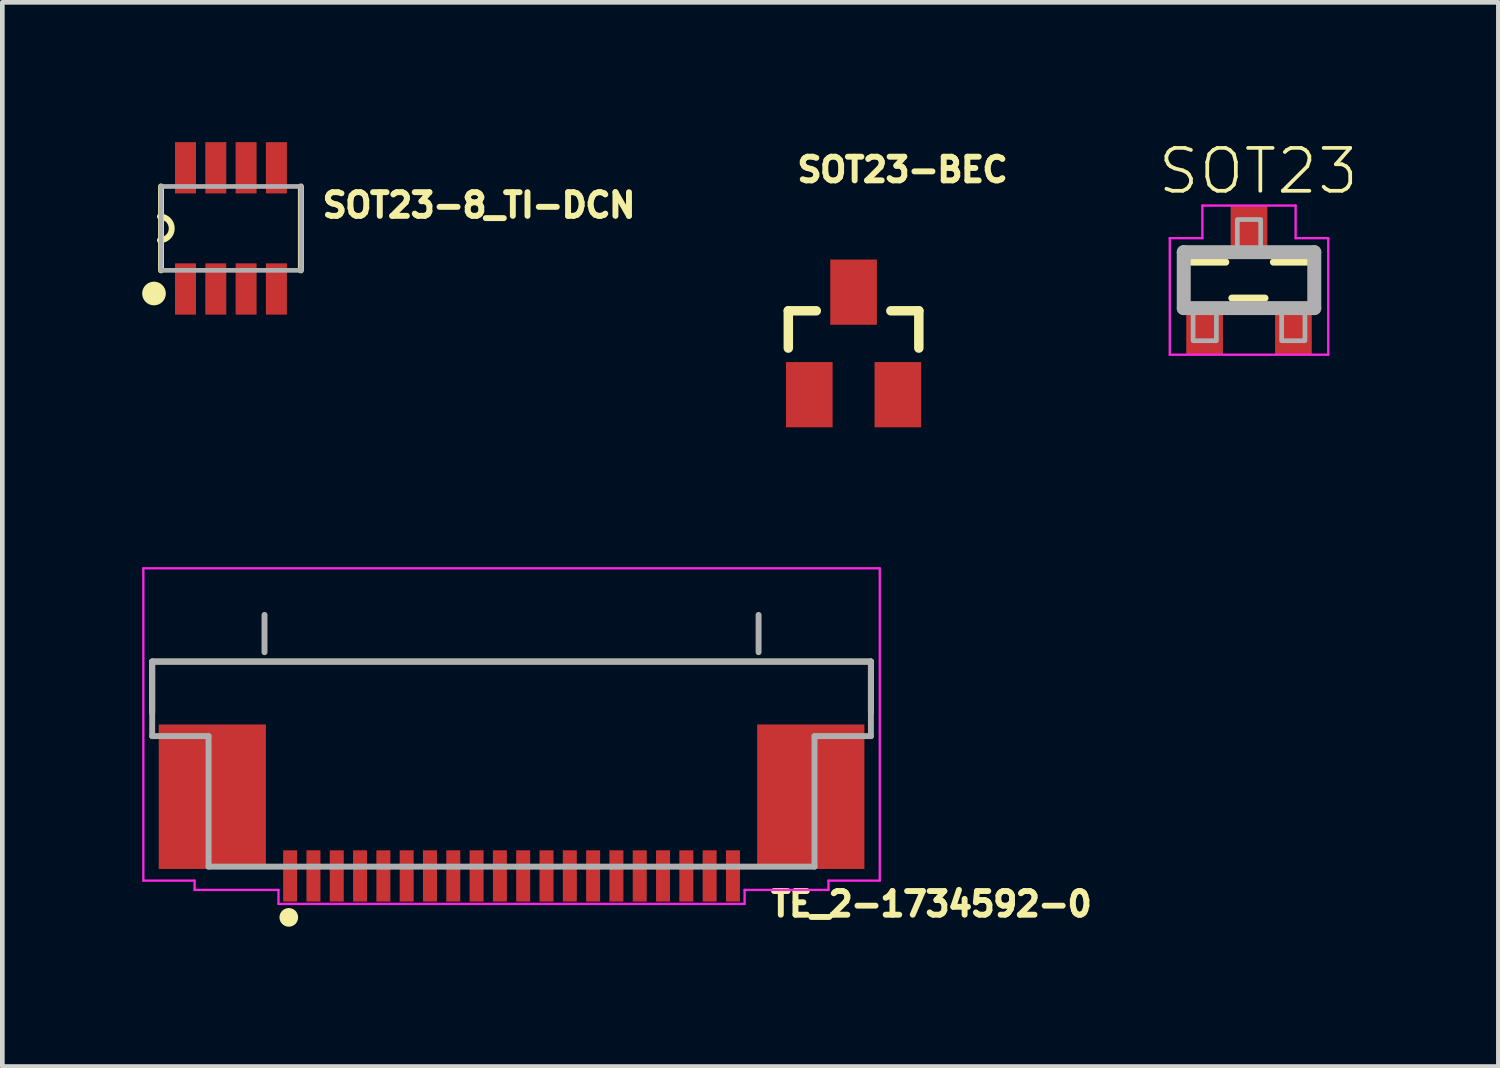
<source format=kicad_pcb>
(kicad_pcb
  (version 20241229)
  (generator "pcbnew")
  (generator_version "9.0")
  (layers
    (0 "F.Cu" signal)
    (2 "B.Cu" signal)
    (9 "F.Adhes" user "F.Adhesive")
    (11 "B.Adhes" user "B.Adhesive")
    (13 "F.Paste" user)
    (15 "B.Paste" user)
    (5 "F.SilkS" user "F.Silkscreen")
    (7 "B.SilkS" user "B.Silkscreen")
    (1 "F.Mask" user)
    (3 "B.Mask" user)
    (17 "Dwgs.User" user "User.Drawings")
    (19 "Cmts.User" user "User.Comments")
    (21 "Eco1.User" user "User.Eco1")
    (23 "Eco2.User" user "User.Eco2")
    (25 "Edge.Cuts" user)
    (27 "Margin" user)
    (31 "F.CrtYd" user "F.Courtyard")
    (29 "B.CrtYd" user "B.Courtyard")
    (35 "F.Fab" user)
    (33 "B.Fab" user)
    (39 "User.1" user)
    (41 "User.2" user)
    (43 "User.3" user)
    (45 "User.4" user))
  (footprint "TE_2-1734592-0"
    (layer "F.Cu")
    (at 7.925 14.043)
    (property "Reference" "TE_2-1734592-0" (at 5.5 2.6 0) (unlocked yes) (layer "F.SilkS") (effects (font (size 0.508 0.508) (thickness 0.127)) (justify left bottom)))
    (fp_line (start -7.71 -2.9) (end -7.71 -1.8) (stroke (width 0.127) (type solid)) (layer "F.SilkS"))
    (fp_line (start 7.71 -2.9) (end -7.71 -2.9) (stroke (width 0.127) (type solid)) (layer "F.SilkS"))
    (fp_line (start 7.71 -1.8) (end 7.71 -2.9) (stroke (width 0.127) (type solid)) (layer "F.SilkS"))
    (fp_circle (center -4.779 2.589) (end -4.679 2.589) (stroke (width 0.2) (type solid)) (fill no) (layer "F.SilkS"))
    (fp_poly (pts (xy -7.2 1.1) (xy -5.6 1.1) (xy -5.6 -1.1) (xy -7.2 -1.1)) (stroke (width 0) (type default)) (fill yes) (layer "F.Paste"))
    (fp_poly (pts (xy 5.7 1.1) (xy 7.3 1.1) (xy 7.3 -1.1) (xy 5.7 -1.1)) (stroke (width 0) (type default)) (fill yes) (layer "F.Paste"))
    (fp_line (start -7.9 -4.9) (end -7.9 1.8) (stroke (width 0.05) (type solid)) (layer "F.CrtYd"))
    (fp_line (start -6.8 1.8) (end -7.9 1.8) (stroke (width 0.05) (type solid)) (layer "F.CrtYd"))
    (fp_line (start -6.8 2) (end -6.8 1.8) (stroke (width 0.05) (type solid)) (layer "F.CrtYd"))
    (fp_line (start -5 2) (end -6.8 2) (stroke (width 0.05) (type solid)) (layer "F.CrtYd"))
    (fp_line (start -5 2.3) (end -5 2) (stroke (width 0.05) (type solid)) (layer "F.CrtYd"))
    (fp_line (start -5 2.3) (end 5 2.3) (stroke (width 0.05) (type solid)) (layer "F.CrtYd"))
    (fp_line (start 5 2) (end 5 2.3) (stroke (width 0.05) (type solid)) (layer "F.CrtYd"))
    (fp_line (start 6.8 1.8) (end 6.8 2) (stroke (width 0.05) (type solid)) (layer "F.CrtYd"))
    (fp_line (start 6.8 2) (end 5 2) (stroke (width 0.05) (type solid)) (layer "F.CrtYd"))
    (fp_line (start 7.9 -4.9) (end -7.9 -4.9) (stroke (width 0.05) (type solid)) (layer "F.CrtYd"))
    (fp_line (start 7.9 1.8) (end 6.8 1.8) (stroke (width 0.05) (type solid)) (layer "F.CrtYd"))
    (fp_line (start 7.9 1.8) (end 7.9 -4.9) (stroke (width 0.05) (type solid)) (layer "F.CrtYd"))
    (fp_line (start -7.71 -1.3) (end -7.71 -2.9) (stroke (width 0.127) (type solid)) (layer "F.Fab"))
    (fp_line (start -6.5 -1.3) (end -7.71 -1.3) (stroke (width 0.127) (type solid)) (layer "F.Fab"))
    (fp_line (start -6.5 1.5) (end -6.5 -1.3) (stroke (width 0.127) (type solid)) (layer "F.Fab"))
    (fp_line (start -5.3 -3.1) (end -5.3 -3.9) (stroke (width 0.127) (type solid)) (layer "F.Fab"))
    (fp_line (start 5.3 -3.1) (end 5.3 -3.9) (stroke (width 0.127) (type solid)) (layer "F.Fab"))
    (fp_line (start 6.5 -1.3) (end 7.71 -1.3) (stroke (width 0.127) (type solid)) (layer "F.Fab"))
    (fp_line (start 6.5 1.5) (end -6.5 1.5) (stroke (width 0.127) (type solid)) (layer "F.Fab"))
    (fp_line (start 6.5 1.5) (end 6.5 -1.3) (stroke (width 0.127) (type solid)) (layer "F.Fab"))
    (fp_line (start 7.71 -2.9) (end -7.71 -2.9) (stroke (width 0.127) (type solid)) (layer "F.Fab"))
    (fp_line (start 7.71 -1.3) (end 7.71 -2.9) (stroke (width 0.127) (type solid)) (layer "F.Fab"))
    (pad "1" smd rect (at -4.75 1.7 90) (size 1.1 0.3) (layers "F.Cu" "F.Mask" "F.Paste"))
    (pad "2" smd rect (at -4.25 1.7 90) (size 1.1 0.3) (layers "F.Cu" "F.Mask" "F.Paste"))
    (pad "3" smd rect (at -3.75 1.7 90) (size 1.1 0.3) (layers "F.Cu" "F.Mask" "F.Paste"))
    (pad "4" smd rect (at -3.25 1.7 90) (size 1.1 0.3) (layers "F.Cu" "F.Mask" "F.Paste"))
    (pad "5" smd rect (at -2.75 1.7 90) (size 1.1 0.3) (layers "F.Cu" "F.Mask" "F.Paste"))
    (pad "6" smd rect (at -2.25 1.7 90) (size 1.1 0.3) (layers "F.Cu" "F.Mask" "F.Paste"))
    (pad "7" smd rect (at -1.75 1.7 90) (size 1.1 0.3) (layers "F.Cu" "F.Mask" "F.Paste"))
    (pad "8" smd rect (at -1.25 1.7 90) (size 1.1 0.3) (layers "F.Cu" "F.Mask" "F.Paste"))
    (pad "9" smd rect (at -0.75 1.7 90) (size 1.1 0.3) (layers "F.Cu" "F.Mask" "F.Paste"))
    (pad "10" smd rect (at -0.25 1.7 90) (size 1.1 0.3) (layers "F.Cu" "F.Mask" "F.Paste"))
    (pad "11" smd rect (at 0.25 1.7 90) (size 1.1 0.3) (layers "F.Cu" "F.Mask" "F.Paste"))
    (pad "12" smd rect (at 0.75 1.7 90) (size 1.1 0.3) (layers "F.Cu" "F.Mask" "F.Paste"))
    (pad "13" smd rect (at 1.25 1.7 90) (size 1.1 0.3) (layers "F.Cu" "F.Mask" "F.Paste"))
    (pad "14" smd rect (at 1.75 1.7 90) (size 1.1 0.3) (layers "F.Cu" "F.Mask" "F.Paste"))
    (pad "15" smd rect (at 2.25 1.7 90) (size 1.1 0.3) (layers "F.Cu" "F.Mask" "F.Paste"))
    (pad "16" smd rect (at 2.75 1.7 90) (size 1.1 0.3) (layers "F.Cu" "F.Mask" "F.Paste"))
    (pad "17" smd rect (at 3.25 1.7 90) (size 1.1 0.3) (layers "F.Cu" "F.Mask" "F.Paste"))
    (pad "18" smd rect (at 3.75 1.7 90) (size 1.1 0.3) (layers "F.Cu" "F.Mask" "F.Paste"))
    (pad "19" smd rect (at 4.25 1.7 90) (size 1.1 0.3) (layers "F.Cu" "F.Mask" "F.Paste"))
    (pad "20" smd rect (at 4.75 1.7 90) (size 1.1 0.3) (layers "F.Cu" "F.Mask" "F.Paste"))
    (pad "PAD1" smd rect (at 6.42 0 180) (size 2.3 3.1) (layers "F.Cu" "F.Mask"))
    (pad "PAD2" smd rect (at -6.42 0 180) (size 2.3 3.1) (layers "F.Cu" "F.Mask")))
  (footprint "SOT23-BEC"
    (layer "F.Cu")
    (at 15.263 4.318)
    (property "Reference" "SOT23-BEC" (at -1.27 -3.429 0) (unlocked yes) (layer "F.SilkS") (effects (font (size 0.508 0.508) (thickness 0.127)) (justify left bottom)))
    (fp_line (start -1.4 -0.7) (end -1.4 0.1) (stroke (width 0.203) (type solid)) (layer "F.SilkS"))
    (fp_line (start -0.8 -0.7) (end -1.4 -0.7) (stroke (width 0.203) (type solid)) (layer "F.SilkS"))
    (fp_line (start 0.8 -0.7) (end 1.4 -0.7) (stroke (width 0.203) (type solid)) (layer "F.SilkS"))
    (fp_line (start 1.4 -0.7) (end 1.4 0.1) (stroke (width 0.203) (type solid)) (layer "F.SilkS"))
    (pad "B" smd rect (at -0.95 1.1) (size 1 1.4) (layers "F.Cu" "F.Mask" "F.Paste"))
    (pad "C" smd rect (at 0 -1.1) (size 1 1.4) (layers "F.Cu" "F.Mask" "F.Paste"))
    (pad "E" smd rect (at 0.95 1.1) (size 1 1.4) (layers "F.Cu" "F.Mask" "F.Paste")))
  (footprint "SOT23-8_TI-DCN"
    (layer "F.Cu")
    (at 1.905 1.85)
    (property "Reference" "SOT23-8_TI-DCN" (at 1.9 -0.2 0) (unlocked yes) (layer "F.SilkS") (effects (font (size 0.508 0.508) (thickness 0.127)) (justify left bottom)))
    (fp_line (start -1.5 -0.9) (end -1.5 0.9) (stroke (width 0.127) (type solid)) (layer "F.SilkS"))
    (fp_line (start 1.5 -0.9) (end 1.5 0.9) (stroke (width 0.127) (type solid)) (layer "F.SilkS"))
    (fp_arc (start -1.524 -0.254) (mid -1.27 0) (end -1.524 0.254) (stroke (width 0.127) (type solid)) (layer "F.SilkS"))
    (fp_circle (center -1.651 1.397) (end -1.524 1.397) (stroke (width 0.254) (type solid)) (fill no) (layer "F.SilkS"))
    (fp_line (start -1.5 -0.9) (end -1.5 0.9) (stroke (width 0.1) (type solid)) (layer "F.Fab"))
    (fp_line (start -1.5 0.9) (end 1.5 0.9) (stroke (width 0.1) (type solid)) (layer "F.Fab"))
    (fp_line (start 1.5 -0.9) (end -1.5 -0.9) (stroke (width 0.1) (type solid)) (layer "F.Fab"))
    (fp_line (start 1.5 0.9) (end 1.5 -0.9) (stroke (width 0.1) (type solid)) (layer "F.Fab"))
    (pad "1" smd rect (at -0.975 1.3 90) (size 1.1 0.45) (layers "F.Cu" "F.Mask" "F.Paste"))
    (pad "2" smd rect (at -0.325 1.3 90) (size 1.1 0.45) (layers "F.Cu" "F.Mask" "F.Paste"))
    (pad "3" smd rect (at 0.325 1.3 90) (size 1.1 0.45) (layers "F.Cu" "F.Mask" "F.Paste"))
    (pad "4" smd rect (at 0.975 1.3 90) (size 1.1 0.45) (layers "F.Cu" "F.Mask" "F.Paste"))
    (pad "5" smd rect (at 0.975 -1.3 90) (size 1.1 0.45) (layers "F.Cu" "F.Mask" "F.Paste"))
    (pad "6" smd rect (at 0.325 -1.3 90) (size 1.1 0.45) (layers "F.Cu" "F.Mask" "F.Paste"))
    (pad "7" smd rect (at -0.325 -1.3 90) (size 1.1 0.45) (layers "F.Cu" "F.Mask" "F.Paste"))
    (pad "8" smd rect (at -0.975 -1.3 90) (size 1.1 0.45) (layers "F.Cu" "F.Mask" "F.Paste")))
  (footprint "SOT23"
    (layer "F.Cu")
    (at 23.747 2.96)
    (property "Reference" "SOT23" (at -2 -1.8 0) (unlocked yes) (layer "F.SilkS") (effects (font (size 0.92 0.92) (thickness 0.08)) (justify left bottom)))
    (fp_line (start -1.387 -0.386) (end -0.498 -0.386) (stroke (width 0.15) (type solid)) (layer "F.SilkS"))
    (fp_line (start -1.387 0.368) (end -1.387 -0.386) (stroke (width 0.15) (type solid)) (layer "F.SilkS"))
    (fp_line (start -0.368 0.386) (end 0.343 0.386) (stroke (width 0.15) (type solid)) (layer "F.SilkS"))
    (fp_line (start 1.387 -0.386) (end 0.523 -0.386) (stroke (width 0.15) (type solid)) (layer "F.SilkS"))
    (fp_line (start 1.387 0.368) (end 1.387 -0.386) (stroke (width 0.15) (type solid)) (layer "F.SilkS"))
    (fp_line (start -1.7 -0.9) (end -1.7 1.6) (stroke (width 0.05) (type solid)) (layer "F.CrtYd"))
    (fp_line (start -1.7 1.6) (end 1.7 1.6) (stroke (width 0.05) (type solid)) (layer "F.CrtYd"))
    (fp_line (start -1 -1.6) (end -1 -0.9) (stroke (width 0.05) (type solid)) (layer "F.CrtYd"))
    (fp_line (start -1 -0.9) (end -1.7 -0.9) (stroke (width 0.05) (type solid)) (layer "F.CrtYd"))
    (fp_line (start 1 -1.6) (end -1 -1.6) (stroke (width 0.05) (type solid)) (layer "F.CrtYd"))
    (fp_line (start 1 -0.9) (end 1 -1.6) (stroke (width 0.05) (type solid)) (layer "F.CrtYd"))
    (fp_line (start 1.7 -0.9) (end 1 -0.9) (stroke (width 0.05) (type solid)) (layer "F.CrtYd"))
    (fp_line (start 1.7 1.6) (end 1.7 -0.9) (stroke (width 0.05) (type solid)) (layer "F.CrtYd"))
    (fp_line (start -1.4 -0.6) (end -1.4 0.6) (stroke (width 0.3) (type solid)) (layer "F.Fab"))
    (fp_line (start -1.4 0.6) (end 1.4 0.6) (stroke (width 0.3) (type solid)) (layer "F.Fab"))
    (fp_line (start 1.4 -0.6) (end -1.4 -0.6) (stroke (width 0.3) (type solid)) (layer "F.Fab"))
    (fp_line (start 1.4 0.6) (end 1.4 -0.6) (stroke (width 0.3) (type solid)) (layer "F.Fab"))
    (fp_poly (pts (xy -1.2 1.3) (xy -0.7 1.3) (xy -0.7 0.65) (xy -1.2 0.65)) (stroke (width 0.1) (type default)) (fill no) (layer "F.Fab"))
    (fp_poly (pts (xy -0.25 -0.65) (xy 0.25 -0.65) (xy 0.25 -1.3) (xy -0.25 -1.3)) (stroke (width 0.1) (type default)) (fill no) (layer "F.Fab"))
    (fp_poly (pts (xy 0.7 1.3) (xy 1.2 1.3) (xy 1.2 0.65) (xy 0.7 0.65)) (stroke (width 0.1) (type default)) (fill no) (layer "F.Fab"))
    (pad "1" smd rect (at -0.953 1.143) (size 0.787 0.889) (layers "F.Cu" "F.Mask" "F.Paste"))
    (pad "2" smd rect (at 0.953 1.143) (size 0.787 0.889) (layers "F.Cu" "F.Mask" "F.Paste"))
    (pad "3" smd rect (at 0 -1.143) (size 0.787 0.889) (layers "F.Cu" "F.Mask" "F.Paste")))
  (gr_rect
    (start -3 -3)
    (end 29.097 19.832)
    (stroke (width 0.1) (type default))
    (fill no)
    (layer "Edge.Cuts")))
</source>
